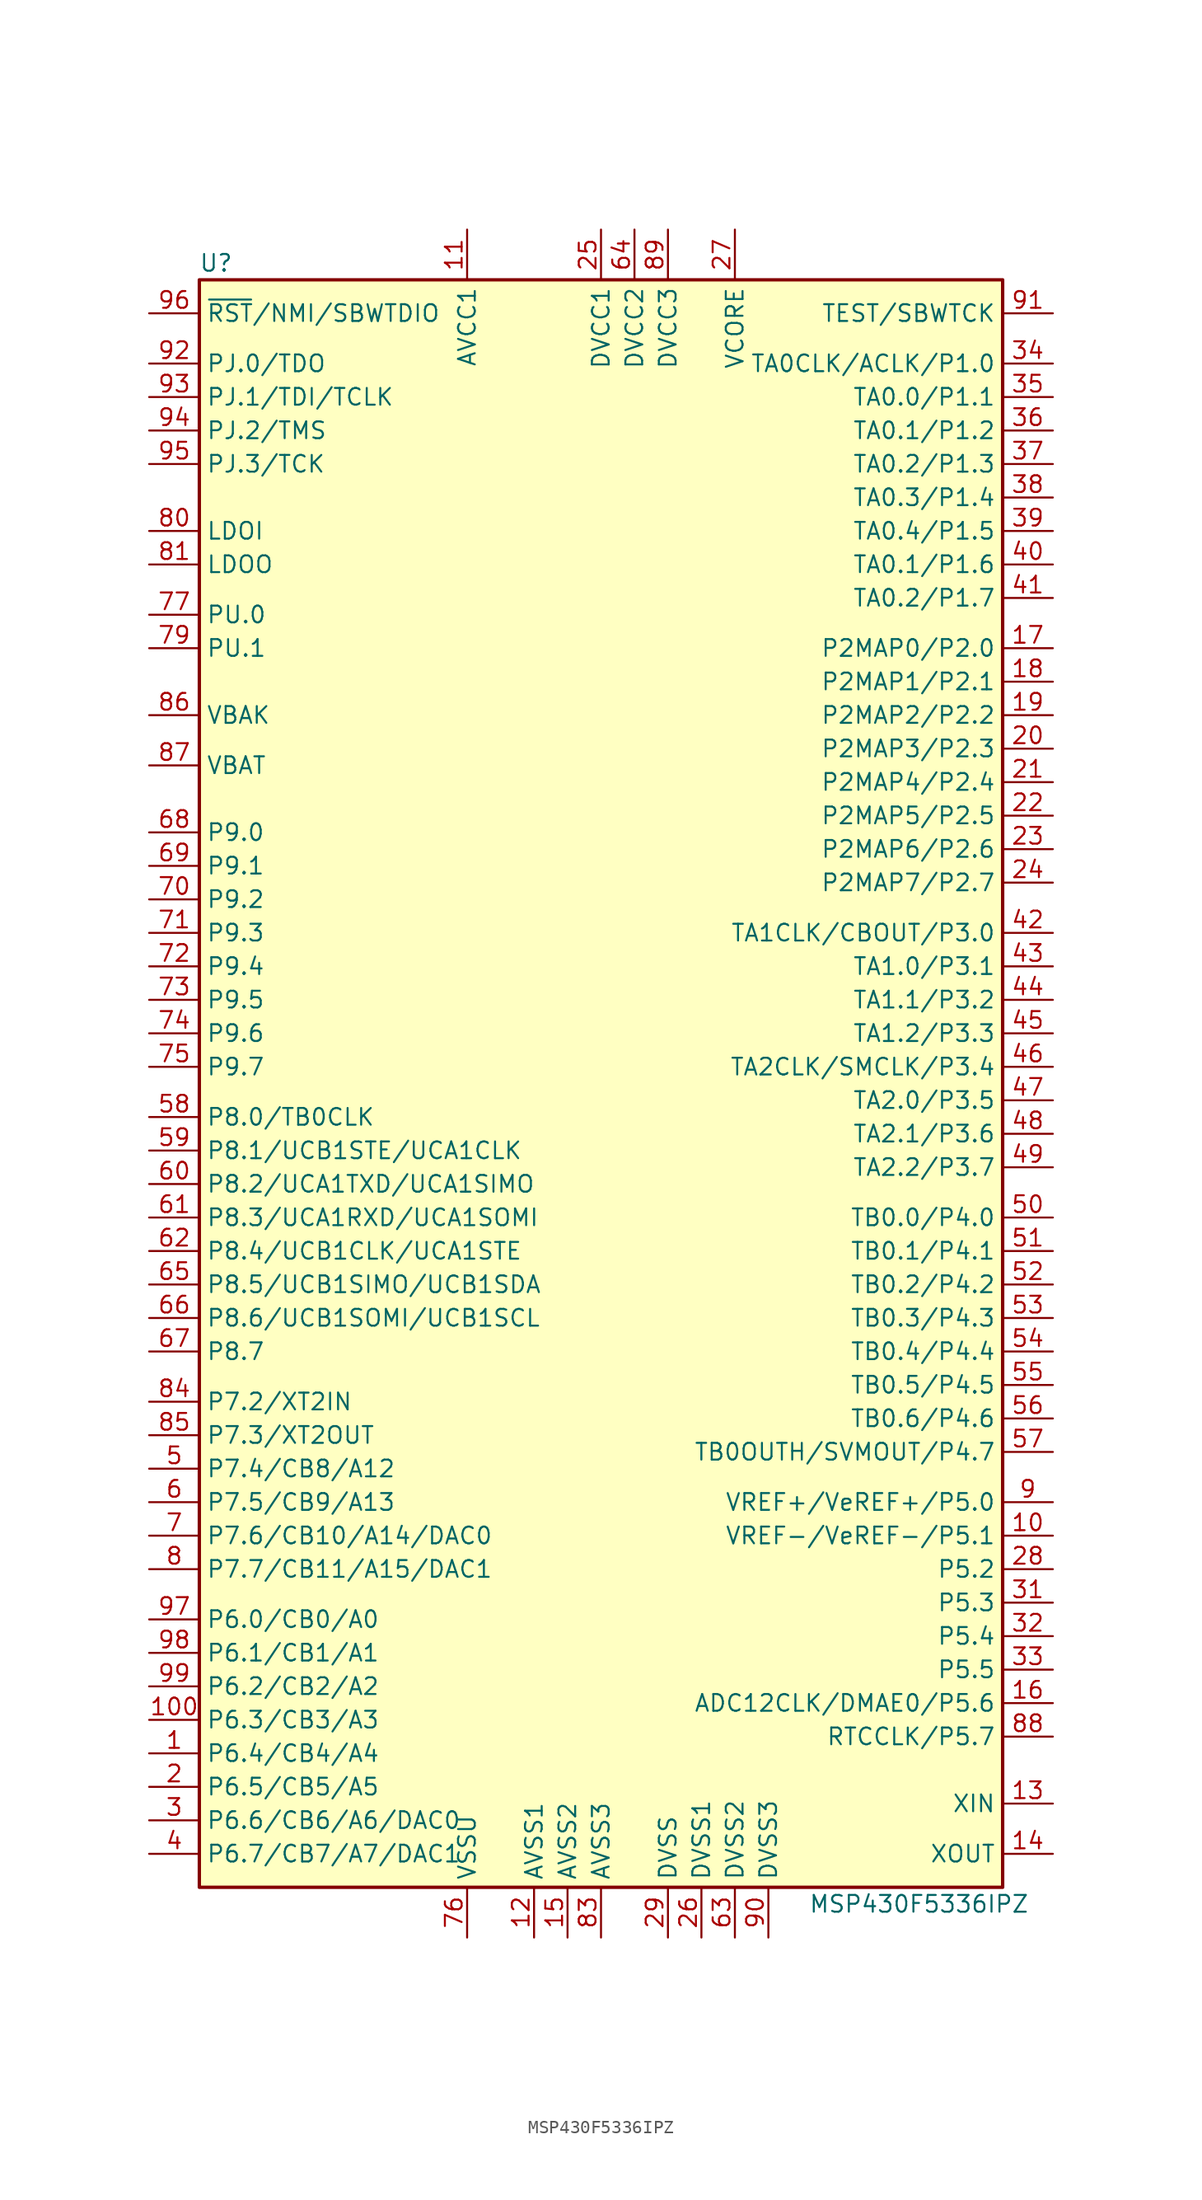
<source format=kicad_sym>
(kicad_symbol_lib
  (version 20201005)
  (generator kicad_symbol_editor)
  (symbol "MSP430F5336IPZ"
    (property "Reference" "U"
      (at -29.21 60.96 0)
      (effects (font (size 1.27 1.27))))
    (property "Value" "MSP430F5336IPZ"
      (at 24.13 -63.5 0)
      (effects (font (size 1.27 1.27))))
    (symbol "MSP430F5336IPZ_0_1"
      (rectangle (start -30.48 59.69) (end 30.48 -62.23) (stroke (width 0.254)) (fill (type background))))
    (symbol "MSP430F5336IPZ_1_1"
      (pin bidirectional line (at -34.29 -52.07 0) (length 3.81) (name "P6.4/CB4/A4" (effects (font (size 1.27 1.27)))) (number "1" (effects (font (size 1.27 1.27)))))
      (pin bidirectional line (at 34.29 -35.56 180) (length 3.81) (name "VREF-/VeREF-/P5.1" (effects (font (size 1.27 1.27)))) (number "10" (effects (font (size 1.27 1.27)))))
      (pin bidirectional line (at -34.29 -49.53 0) (length 3.81) (name "P6.3/CB3/A3" (effects (font (size 1.27 1.27)))) (number "100" (effects (font (size 1.27 1.27)))))
      (pin power_in line (at -10.16 63.5 270) (length 3.81) (name "AVCC1" (effects (font (size 1.27 1.27)))) (number "11" (effects (font (size 1.27 1.27)))))
      (pin power_in line (at -5.08 -66.04 90) (length 3.81) (name "AVSS1" (effects (font (size 1.27 1.27)))) (number "12" (effects (font (size 1.27 1.27)))))
      (pin bidirectional line (at 34.29 -55.88 180) (length 3.81) (name "XIN" (effects (font (size 1.27 1.27)))) (number "13" (effects (font (size 1.27 1.27)))))
      (pin bidirectional line (at 34.29 -59.69 180) (length 3.81) (name "XOUT" (effects (font (size 1.27 1.27)))) (number "14" (effects (font (size 1.27 1.27)))))
      (pin power_in line (at -2.54 -66.04 90) (length 3.81) (name "AVSS2" (effects (font (size 1.27 1.27)))) (number "15" (effects (font (size 1.27 1.27)))))
      (pin bidirectional line (at 34.29 -48.26 180) (length 3.81) (name "ADC12CLK/DMAE0/P5.6" (effects (font (size 1.27 1.27)))) (number "16" (effects (font (size 1.27 1.27)))))
      (pin bidirectional line (at 34.29 31.75 180) (length 3.81) (name "P2MAP0/P2.0" (effects (font (size 1.27 1.27)))) (number "17" (effects (font (size 1.27 1.27)))))
      (pin bidirectional line (at 34.29 29.21 180) (length 3.81) (name "P2MAP1/P2.1" (effects (font (size 1.27 1.27)))) (number "18" (effects (font (size 1.27 1.27)))))
      (pin bidirectional line (at 34.29 26.67 180) (length 3.81) (name "P2MAP2/P2.2" (effects (font (size 1.27 1.27)))) (number "19" (effects (font (size 1.27 1.27)))))
      (pin bidirectional line (at -34.29 -54.61 0) (length 3.81) (name "P6.5/CB5/A5" (effects (font (size 1.27 1.27)))) (number "2" (effects (font (size 1.27 1.27)))))
      (pin bidirectional line (at 34.29 24.13 180) (length 3.81) (name "P2MAP3/P2.3" (effects (font (size 1.27 1.27)))) (number "20" (effects (font (size 1.27 1.27)))))
      (pin bidirectional line (at 34.29 21.59 180) (length 3.81) (name "P2MAP4/P2.4" (effects (font (size 1.27 1.27)))) (number "21" (effects (font (size 1.27 1.27)))))
      (pin bidirectional line (at 34.29 19.05 180) (length 3.81) (name "P2MAP5/P2.5" (effects (font (size 1.27 1.27)))) (number "22" (effects (font (size 1.27 1.27)))))
      (pin bidirectional line (at 34.29 16.51 180) (length 3.81) (name "P2MAP6/P2.6" (effects (font (size 1.27 1.27)))) (number "23" (effects (font (size 1.27 1.27)))))
      (pin bidirectional line (at 34.29 13.97 180) (length 3.81) (name "P2MAP7/P2.7" (effects (font (size 1.27 1.27)))) (number "24" (effects (font (size 1.27 1.27)))))
      (pin power_in line (at 0 63.5 270) (length 3.81) (name "DVCC1" (effects (font (size 1.27 1.27)))) (number "25" (effects (font (size 1.27 1.27)))))
      (pin power_in line (at 7.62 -66.04 90) (length 3.81) (name "DVSS1" (effects (font (size 1.27 1.27)))) (number "26" (effects (font (size 1.27 1.27)))))
      (pin bidirectional line (at 10.16 63.5 270) (length 3.81) (name "VCORE" (effects (font (size 1.27 1.27)))) (number "27" (effects (font (size 1.27 1.27)))))
      (pin bidirectional line (at 34.29 -38.1 180) (length 3.81) (name "P5.2" (effects (font (size 1.27 1.27)))) (number "28" (effects (font (size 1.27 1.27)))))
      (pin power_in line (at 5.08 -66.04 90) (length 3.81) (name "DVSS" (effects (font (size 1.27 1.27)))) (number "29" (effects (font (size 1.27 1.27)))))
      (pin bidirectional line (at -34.29 -57.15 0) (length 3.81) (name "P6.6/CB6/A6/DAC0" (effects (font (size 1.27 1.27)))) (number "3" (effects (font (size 1.27 1.27)))))
      (pin bidirectional line (at 34.29 -40.64 180) (length 3.81) (name "P5.3" (effects (font (size 1.27 1.27)))) (number "31" (effects (font (size 1.27 1.27)))))
      (pin bidirectional line (at 34.29 -43.18 180) (length 3.81) (name "P5.4" (effects (font (size 1.27 1.27)))) (number "32" (effects (font (size 1.27 1.27)))))
      (pin bidirectional line (at 34.29 -45.72 180) (length 3.81) (name "P5.5" (effects (font (size 1.27 1.27)))) (number "33" (effects (font (size 1.27 1.27)))))
      (pin bidirectional line (at 34.29 53.34 180) (length 3.81) (name "TA0CLK/ACLK/P1.0" (effects (font (size 1.27 1.27)))) (number "34" (effects (font (size 1.27 1.27)))))
      (pin bidirectional line (at 34.29 50.8 180) (length 3.81) (name "TA0.0/P1.1" (effects (font (size 1.27 1.27)))) (number "35" (effects (font (size 1.27 1.27)))))
      (pin bidirectional line (at 34.29 48.26 180) (length 3.81) (name "TA0.1/P1.2" (effects (font (size 1.27 1.27)))) (number "36" (effects (font (size 1.27 1.27)))))
      (pin bidirectional line (at 34.29 45.72 180) (length 3.81) (name "TA0.2/P1.3" (effects (font (size 1.27 1.27)))) (number "37" (effects (font (size 1.27 1.27)))))
      (pin bidirectional line (at 34.29 43.18 180) (length 3.81) (name "TA0.3/P1.4" (effects (font (size 1.27 1.27)))) (number "38" (effects (font (size 1.27 1.27)))))
      (pin bidirectional line (at 34.29 40.64 180) (length 3.81) (name "TA0.4/P1.5" (effects (font (size 1.27 1.27)))) (number "39" (effects (font (size 1.27 1.27)))))
      (pin bidirectional line (at -34.29 -59.69 0) (length 3.81) (name "P6.7/CB7/A7/DAC1" (effects (font (size 1.27 1.27)))) (number "4" (effects (font (size 1.27 1.27)))))
      (pin bidirectional line (at 34.29 38.1 180) (length 3.81) (name "TA0.1/P1.6" (effects (font (size 1.27 1.27)))) (number "40" (effects (font (size 1.27 1.27)))))
      (pin bidirectional line (at 34.29 35.56 180) (length 3.81) (name "TA0.2/P1.7" (effects (font (size 1.27 1.27)))) (number "41" (effects (font (size 1.27 1.27)))))
      (pin bidirectional line (at 34.29 10.16 180) (length 3.81) (name "TA1CLK/CBOUT/P3.0" (effects (font (size 1.27 1.27)))) (number "42" (effects (font (size 1.27 1.27)))))
      (pin bidirectional line (at 34.29 7.62 180) (length 3.81) (name "TA1.0/P3.1" (effects (font (size 1.27 1.27)))) (number "43" (effects (font (size 1.27 1.27)))))
      (pin bidirectional line (at 34.29 5.08 180) (length 3.81) (name "TA1.1/P3.2" (effects (font (size 1.27 1.27)))) (number "44" (effects (font (size 1.27 1.27)))))
      (pin bidirectional line (at 34.29 2.54 180) (length 3.81) (name "TA1.2/P3.3" (effects (font (size 1.27 1.27)))) (number "45" (effects (font (size 1.27 1.27)))))
      (pin bidirectional line (at 34.29 0 180) (length 3.81) (name "TA2CLK/SMCLK/P3.4" (effects (font (size 1.27 1.27)))) (number "46" (effects (font (size 1.27 1.27)))))
      (pin bidirectional line (at 34.29 -2.54 180) (length 3.81) (name "TA2.0/P3.5" (effects (font (size 1.27 1.27)))) (number "47" (effects (font (size 1.27 1.27)))))
      (pin bidirectional line (at 34.29 -5.08 180) (length 3.81) (name "TA2.1/P3.6" (effects (font (size 1.27 1.27)))) (number "48" (effects (font (size 1.27 1.27)))))
      (pin bidirectional line (at 34.29 -7.62 180) (length 3.81) (name "TA2.2/P3.7" (effects (font (size 1.27 1.27)))) (number "49" (effects (font (size 1.27 1.27)))))
      (pin bidirectional line (at -34.29 -30.48 0) (length 3.81) (name "P7.4/CB8/A12" (effects (font (size 1.27 1.27)))) (number "5" (effects (font (size 1.27 1.27)))))
      (pin bidirectional line (at 34.29 -11.43 180) (length 3.81) (name "TB0.0/P4.0" (effects (font (size 1.27 1.27)))) (number "50" (effects (font (size 1.27 1.27)))))
      (pin bidirectional line (at 34.29 -13.97 180) (length 3.81) (name "TB0.1/P4.1" (effects (font (size 1.27 1.27)))) (number "51" (effects (font (size 1.27 1.27)))))
      (pin bidirectional line (at 34.29 -16.51 180) (length 3.81) (name "TB0.2/P4.2" (effects (font (size 1.27 1.27)))) (number "52" (effects (font (size 1.27 1.27)))))
      (pin bidirectional line (at 34.29 -19.05 180) (length 3.81) (name "TB0.3/P4.3" (effects (font (size 1.27 1.27)))) (number "53" (effects (font (size 1.27 1.27)))))
      (pin bidirectional line (at 34.29 -21.59 180) (length 3.81) (name "TB0.4/P4.4" (effects (font (size 1.27 1.27)))) (number "54" (effects (font (size 1.27 1.27)))))
      (pin bidirectional line (at 34.29 -24.13 180) (length 3.81) (name "TB0.5/P4.5" (effects (font (size 1.27 1.27)))) (number "55" (effects (font (size 1.27 1.27)))))
      (pin bidirectional line (at 34.29 -26.67 180) (length 3.81) (name "TB0.6/P4.6" (effects (font (size 1.27 1.27)))) (number "56" (effects (font (size 1.27 1.27)))))
      (pin bidirectional line (at 34.29 -29.21 180) (length 3.81) (name "TB0OUTH/SVMOUT/P4.7" (effects (font (size 1.27 1.27)))) (number "57" (effects (font (size 1.27 1.27)))))
      (pin bidirectional line (at -34.29 -3.81 0) (length 3.81) (name "P8.0/TB0CLK" (effects (font (size 1.27 1.27)))) (number "58" (effects (font (size 1.27 1.27)))))
      (pin bidirectional line (at -34.29 -6.35 0) (length 3.81) (name "P8.1/UCB1STE/UCA1CLK" (effects (font (size 1.27 1.27)))) (number "59" (effects (font (size 1.27 1.27)))))
      (pin bidirectional line (at -34.29 -33.02 0) (length 3.81) (name "P7.5/CB9/A13" (effects (font (size 1.27 1.27)))) (number "6" (effects (font (size 1.27 1.27)))))
      (pin bidirectional line (at -34.29 -8.89 0) (length 3.81) (name "P8.2/UCA1TXD/UCA1SIMO" (effects (font (size 1.27 1.27)))) (number "60" (effects (font (size 1.27 1.27)))))
      (pin bidirectional line (at -34.29 -11.43 0) (length 3.81) (name "P8.3/UCA1RXD/UCA1SOMI" (effects (font (size 1.27 1.27)))) (number "61" (effects (font (size 1.27 1.27)))))
      (pin bidirectional line (at -34.29 -13.97 0) (length 3.81) (name "P8.4/UCB1CLK/UCA1STE" (effects (font (size 1.27 1.27)))) (number "62" (effects (font (size 1.27 1.27)))))
      (pin power_in line (at 10.16 -66.04 90) (length 3.81) (name "DVSS2" (effects (font (size 1.27 1.27)))) (number "63" (effects (font (size 1.27 1.27)))))
      (pin power_in line (at 2.54 63.5 270) (length 3.81) (name "DVCC2" (effects (font (size 1.27 1.27)))) (number "64" (effects (font (size 1.27 1.27)))))
      (pin bidirectional line (at -34.29 -16.51 0) (length 3.81) (name "P8.5/UCB1SIMO/UCB1SDA" (effects (font (size 1.27 1.27)))) (number "65" (effects (font (size 1.27 1.27)))))
      (pin bidirectional line (at -34.29 -19.05 0) (length 3.81) (name "P8.6/UCB1SOMI/UCB1SCL" (effects (font (size 1.27 1.27)))) (number "66" (effects (font (size 1.27 1.27)))))
      (pin bidirectional line (at -34.29 -21.59 0) (length 3.81) (name "P8.7" (effects (font (size 1.27 1.27)))) (number "67" (effects (font (size 1.27 1.27)))))
      (pin bidirectional line (at -34.29 17.78 0) (length 3.81) (name "P9.0" (effects (font (size 1.27 1.27)))) (number "68" (effects (font (size 1.27 1.27)))))
      (pin bidirectional line (at -34.29 15.24 0) (length 3.81) (name "P9.1" (effects (font (size 1.27 1.27)))) (number "69" (effects (font (size 1.27 1.27)))))
      (pin bidirectional line (at -34.29 -35.56 0) (length 3.81) (name "P7.6/CB10/A14/DAC0" (effects (font (size 1.27 1.27)))) (number "7" (effects (font (size 1.27 1.27)))))
      (pin bidirectional line (at -34.29 12.7 0) (length 3.81) (name "P9.2" (effects (font (size 1.27 1.27)))) (number "70" (effects (font (size 1.27 1.27)))))
      (pin bidirectional line (at -34.29 10.16 0) (length 3.81) (name "P9.3" (effects (font (size 1.27 1.27)))) (number "71" (effects (font (size 1.27 1.27)))))
      (pin bidirectional line (at -34.29 7.62 0) (length 3.81) (name "P9.4" (effects (font (size 1.27 1.27)))) (number "72" (effects (font (size 1.27 1.27)))))
      (pin bidirectional line (at -34.29 5.08 0) (length 3.81) (name "P9.5" (effects (font (size 1.27 1.27)))) (number "73" (effects (font (size 1.27 1.27)))))
      (pin bidirectional line (at -34.29 2.54 0) (length 3.81) (name "P9.6" (effects (font (size 1.27 1.27)))) (number "74" (effects (font (size 1.27 1.27)))))
      (pin bidirectional line (at -34.29 0 0) (length 3.81) (name "P9.7" (effects (font (size 1.27 1.27)))) (number "75" (effects (font (size 1.27 1.27)))))
      (pin power_in line (at -10.16 -66.04 90) (length 3.81) (name "VSSU" (effects (font (size 1.27 1.27)))) (number "76" (effects (font (size 1.27 1.27)))))
      (pin bidirectional line (at -34.29 34.29 0) (length 3.81) (name "PU.0" (effects (font (size 1.27 1.27)))) (number "77" (effects (font (size 1.27 1.27)))))
      (pin bidirectional line (at -34.29 31.75 0) (length 3.81) (name "PU.1" (effects (font (size 1.27 1.27)))) (number "79" (effects (font (size 1.27 1.27)))))
      (pin bidirectional line (at -34.29 -38.1 0) (length 3.81) (name "P7.7/CB11/A15/DAC1" (effects (font (size 1.27 1.27)))) (number "8" (effects (font (size 1.27 1.27)))))
      (pin bidirectional line (at -34.29 40.64 0) (length 3.81) (name "LDOI" (effects (font (size 1.27 1.27)))) (number "80" (effects (font (size 1.27 1.27)))))
      (pin bidirectional line (at -34.29 38.1 0) (length 3.81) (name "LDOO" (effects (font (size 1.27 1.27)))) (number "81" (effects (font (size 1.27 1.27)))))
      (pin power_in line (at 0 -66.04 90) (length 3.81) (name "AVSS3" (effects (font (size 1.27 1.27)))) (number "83" (effects (font (size 1.27 1.27)))))
      (pin bidirectional line (at -34.29 -25.4 0) (length 3.81) (name "P7.2/XT2IN" (effects (font (size 1.27 1.27)))) (number "84" (effects (font (size 1.27 1.27)))))
      (pin bidirectional line (at -34.29 -27.94 0) (length 3.81) (name "P7.3/XT2OUT" (effects (font (size 1.27 1.27)))) (number "85" (effects (font (size 1.27 1.27)))))
      (pin bidirectional line (at -34.29 26.67 0) (length 3.81) (name "VBAK" (effects (font (size 1.27 1.27)))) (number "86" (effects (font (size 1.27 1.27)))))
      (pin bidirectional line (at -34.29 22.86 0) (length 3.81) (name "VBAT" (effects (font (size 1.27 1.27)))) (number "87" (effects (font (size 1.27 1.27)))))
      (pin bidirectional line (at 34.29 -50.8 180) (length 3.81) (name "RTCCLK/P5.7" (effects (font (size 1.27 1.27)))) (number "88" (effects (font (size 1.27 1.27)))))
      (pin power_in line (at 5.08 63.5 270) (length 3.81) (name "DVCC3" (effects (font (size 1.27 1.27)))) (number "89" (effects (font (size 1.27 1.27)))))
      (pin bidirectional line (at 34.29 -33.02 180) (length 3.81) (name "VREF+/VeREF+/P5.0" (effects (font (size 1.27 1.27)))) (number "9" (effects (font (size 1.27 1.27)))))
      (pin power_in line (at 12.7 -66.04 90) (length 3.81) (name "DVSS3" (effects (font (size 1.27 1.27)))) (number "90" (effects (font (size 1.27 1.27)))))
      (pin input line (at 34.29 57.15 180) (length 3.81) (name "TEST/SBWTCK" (effects (font (size 1.27 1.27)))) (number "91" (effects (font (size 1.27 1.27)))))
      (pin bidirectional line (at -34.29 53.34 0) (length 3.81) (name "PJ.0/TDO" (effects (font (size 1.27 1.27)))) (number "92" (effects (font (size 1.27 1.27)))))
      (pin bidirectional line (at -34.29 50.8 0) (length 3.81) (name "PJ.1/TDI/TCLK" (effects (font (size 1.27 1.27)))) (number "93" (effects (font (size 1.27 1.27)))))
      (pin bidirectional line (at -34.29 48.26 0) (length 3.81) (name "PJ.2/TMS" (effects (font (size 1.27 1.27)))) (number "94" (effects (font (size 1.27 1.27)))))
      (pin bidirectional line (at -34.29 45.72 0) (length 3.81) (name "PJ.3/TCK" (effects (font (size 1.27 1.27)))) (number "95" (effects (font (size 1.27 1.27)))))
      (pin input line (at -34.29 57.15 0) (length 3.81) (name "~RST~/NMI/SBWTDIO" (effects (font (size 1.27 1.27)))) (number "96" (effects (font (size 1.27 1.27)))))
      (pin bidirectional line (at -34.29 -41.91 0) (length 3.81) (name "P6.0/CB0/A0" (effects (font (size 1.27 1.27)))) (number "97" (effects (font (size 1.27 1.27)))))
      (pin bidirectional line (at -34.29 -44.45 0) (length 3.81) (name "P6.1/CB1/A1" (effects (font (size 1.27 1.27)))) (number "98" (effects (font (size 1.27 1.27)))))
      (pin bidirectional line (at -34.29 -46.99 0) (length 3.81) (name "P6.2/CB2/A2" (effects (font (size 1.27 1.27)))) (number "99" (effects (font (size 1.27 1.27))))))))
</source>
